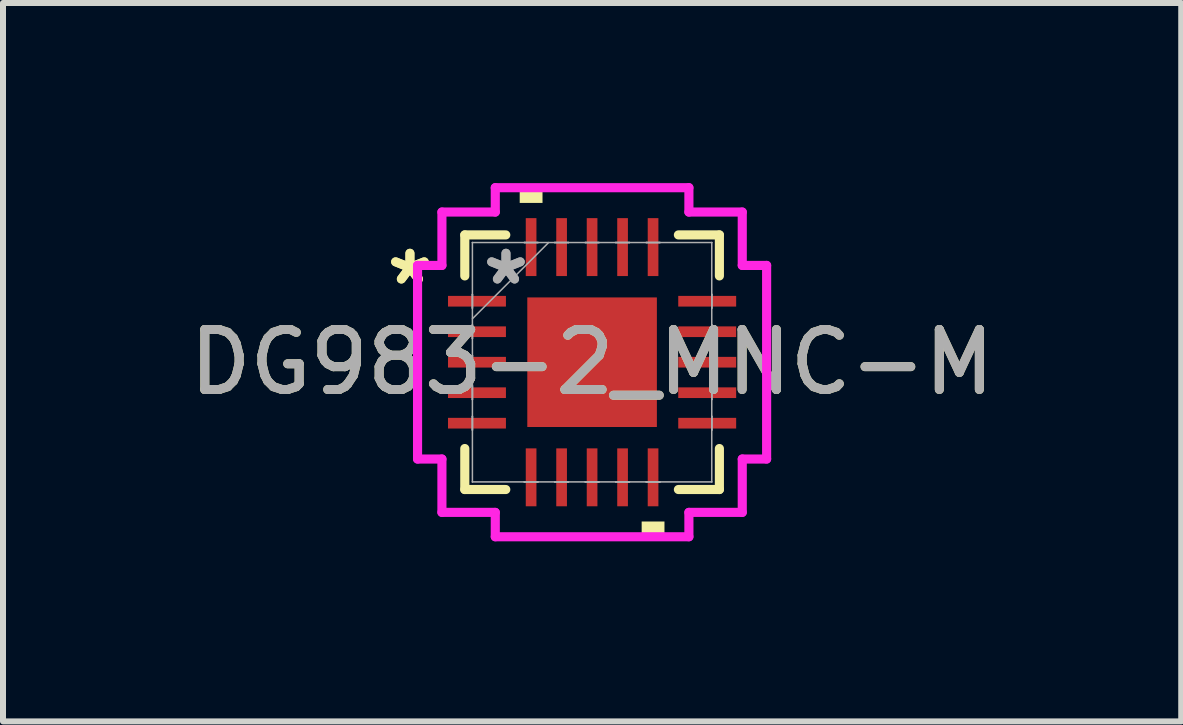
<source format=kicad_pcb>
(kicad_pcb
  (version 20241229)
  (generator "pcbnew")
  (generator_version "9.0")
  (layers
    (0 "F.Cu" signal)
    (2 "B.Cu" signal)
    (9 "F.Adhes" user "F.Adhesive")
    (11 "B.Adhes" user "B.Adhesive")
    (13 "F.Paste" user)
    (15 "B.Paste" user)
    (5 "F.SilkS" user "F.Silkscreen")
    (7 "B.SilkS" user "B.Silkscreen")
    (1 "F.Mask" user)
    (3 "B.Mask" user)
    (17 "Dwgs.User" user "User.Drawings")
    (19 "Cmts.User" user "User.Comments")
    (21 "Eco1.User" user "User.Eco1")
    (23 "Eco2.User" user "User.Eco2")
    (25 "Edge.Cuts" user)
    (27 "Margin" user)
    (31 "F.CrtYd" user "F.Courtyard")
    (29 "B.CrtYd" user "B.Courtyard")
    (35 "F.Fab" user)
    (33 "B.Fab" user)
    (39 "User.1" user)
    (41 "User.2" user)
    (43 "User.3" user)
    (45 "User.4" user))
  (footprint "DG983-2_MNC-M"
    (layer "F.Cu")
    (at 6.815 2.985)
    (property "Reference" "DG983-2_MNC-M" (at 0 0 0) (unlocked yes) (layer "F.SilkS") (effects (font (size 1 1) (thickness 0.15))))
    (attr smd)
    (fp_line (start -2.121 -2.121) (end -2.121 -1.438) (stroke (width 0.152) (type solid)) (layer "F.SilkS"))
    (fp_line (start -2.121 1.438) (end -2.121 2.121) (stroke (width 0.152) (type solid)) (layer "F.SilkS"))
    (fp_line (start -2.121 2.121) (end -1.438 2.121) (stroke (width 0.152) (type solid)) (layer "F.SilkS"))
    (fp_line (start -1.438 -2.121) (end -2.121 -2.121) (stroke (width 0.152) (type solid)) (layer "F.SilkS"))
    (fp_line (start 1.438 2.121) (end 2.121 2.121) (stroke (width 0.152) (type solid)) (layer "F.SilkS"))
    (fp_line (start 2.121 -2.121) (end 1.438 -2.121) (stroke (width 0.152) (type solid)) (layer "F.SilkS"))
    (fp_line (start 2.121 -1.438) (end 2.121 -2.121) (stroke (width 0.152) (type solid)) (layer "F.SilkS"))
    (fp_line (start 2.121 2.121) (end 2.121 1.438) (stroke (width 0.152) (type solid)) (layer "F.SilkS"))
    (fp_poly (pts (xy -1.206 -2.654) (xy -1.206 -2.908) (xy -0.826 -2.908) (xy -0.826 -2.654)) (stroke (width 0) (type solid)) (fill yes) (layer "F.SilkS"))
    (fp_poly (pts (xy 0.826 2.654) (xy 0.826 2.908) (xy 1.206 2.908) (xy 1.206 2.654)) (stroke (width 0) (type solid)) (fill yes) (layer "F.SilkS"))
    (fp_line (start -2.908 -1.613) (end -2.502 -1.613) (stroke (width 0.152) (type solid)) (layer "F.CrtYd"))
    (fp_line (start -2.908 1.613) (end -2.908 -1.613) (stroke (width 0.152) (type solid)) (layer "F.CrtYd"))
    (fp_line (start -2.502 -2.502) (end -1.613 -2.502) (stroke (width 0.152) (type solid)) (layer "F.CrtYd"))
    (fp_line (start -2.502 -1.613) (end -2.502 -2.502) (stroke (width 0.152) (type solid)) (layer "F.CrtYd"))
    (fp_line (start -2.502 1.613) (end -2.908 1.613) (stroke (width 0.152) (type solid)) (layer "F.CrtYd"))
    (fp_line (start -2.502 2.502) (end -2.502 1.613) (stroke (width 0.152) (type solid)) (layer "F.CrtYd"))
    (fp_line (start -1.613 -2.908) (end 1.613 -2.908) (stroke (width 0.152) (type solid)) (layer "F.CrtYd"))
    (fp_line (start -1.613 -2.502) (end -1.613 -2.908) (stroke (width 0.152) (type solid)) (layer "F.CrtYd"))
    (fp_line (start -1.613 2.502) (end -2.502 2.502) (stroke (width 0.152) (type solid)) (layer "F.CrtYd"))
    (fp_line (start -1.613 2.908) (end -1.613 2.502) (stroke (width 0.152) (type solid)) (layer "F.CrtYd"))
    (fp_line (start 1.613 -2.908) (end 1.613 -2.502) (stroke (width 0.152) (type solid)) (layer "F.CrtYd"))
    (fp_line (start 1.613 -2.502) (end 2.502 -2.502) (stroke (width 0.152) (type solid)) (layer "F.CrtYd"))
    (fp_line (start 1.613 2.502) (end 1.613 2.908) (stroke (width 0.152) (type solid)) (layer "F.CrtYd"))
    (fp_line (start 1.613 2.908) (end -1.613 2.908) (stroke (width 0.152) (type solid)) (layer "F.CrtYd"))
    (fp_line (start 2.502 -2.502) (end 2.502 -1.613) (stroke (width 0.152) (type solid)) (layer "F.CrtYd"))
    (fp_line (start 2.502 -1.613) (end 2.908 -1.613) (stroke (width 0.152) (type solid)) (layer "F.CrtYd"))
    (fp_line (start 2.502 1.613) (end 2.502 2.502) (stroke (width 0.152) (type solid)) (layer "F.CrtYd"))
    (fp_line (start 2.502 2.502) (end 1.613 2.502) (stroke (width 0.152) (type solid)) (layer "F.CrtYd"))
    (fp_line (start 2.908 -1.613) (end 2.908 1.613) (stroke (width 0.152) (type solid)) (layer "F.CrtYd"))
    (fp_line (start 2.908 1.613) (end 2.502 1.613) (stroke (width 0.152) (type solid)) (layer "F.CrtYd"))
    (fp_line (start -1.994 -1.994) (end -1.994 -1.994) (stroke (width 0.025) (type solid)) (layer "F.Fab"))
    (fp_line (start -1.994 -1.994) (end -1.994 1.994) (stroke (width 0.025) (type solid)) (layer "F.Fab"))
    (fp_line (start -1.994 -1.13) (end -1.994 -1.13) (stroke (width 0.025) (type solid)) (layer "F.Fab"))
    (fp_line (start -1.994 -1.13) (end -1.994 -0.902) (stroke (width 0.025) (type solid)) (layer "F.Fab"))
    (fp_line (start -1.994 -0.902) (end -1.994 -1.13) (stroke (width 0.025) (type solid)) (layer "F.Fab"))
    (fp_line (start -1.994 -0.902) (end -1.994 -0.902) (stroke (width 0.025) (type solid)) (layer "F.Fab"))
    (fp_line (start -1.994 -0.724) (end -0.724 -1.994) (stroke (width 0.025) (type solid)) (layer "F.Fab"))
    (fp_line (start -1.994 -0.622) (end -1.994 -0.622) (stroke (width 0.025) (type solid)) (layer "F.Fab"))
    (fp_line (start -1.994 -0.622) (end -1.994 -0.394) (stroke (width 0.025) (type solid)) (layer "F.Fab"))
    (fp_line (start -1.994 -0.394) (end -1.994 -0.622) (stroke (width 0.025) (type solid)) (layer "F.Fab"))
    (fp_line (start -1.994 -0.394) (end -1.994 -0.394) (stroke (width 0.025) (type solid)) (layer "F.Fab"))
    (fp_line (start -1.994 -0.114) (end -1.994 -0.114) (stroke (width 0.025) (type solid)) (layer "F.Fab"))
    (fp_line (start -1.994 -0.114) (end -1.994 0.114) (stroke (width 0.025) (type solid)) (layer "F.Fab"))
    (fp_line (start -1.994 0.114) (end -1.994 -0.114) (stroke (width 0.025) (type solid)) (layer "F.Fab"))
    (fp_line (start -1.994 0.114) (end -1.994 0.114) (stroke (width 0.025) (type solid)) (layer "F.Fab"))
    (fp_line (start -1.994 0.394) (end -1.994 0.394) (stroke (width 0.025) (type solid)) (layer "F.Fab"))
    (fp_line (start -1.994 0.394) (end -1.994 0.622) (stroke (width 0.025) (type solid)) (layer "F.Fab"))
    (fp_line (start -1.994 0.622) (end -1.994 0.394) (stroke (width 0.025) (type solid)) (layer "F.Fab"))
    (fp_line (start -1.994 0.622) (end -1.994 0.622) (stroke (width 0.025) (type solid)) (layer "F.Fab"))
    (fp_line (start -1.994 0.902) (end -1.994 0.902) (stroke (width 0.025) (type solid)) (layer "F.Fab"))
    (fp_line (start -1.994 0.902) (end -1.994 1.13) (stroke (width 0.025) (type solid)) (layer "F.Fab"))
    (fp_line (start -1.994 1.13) (end -1.994 0.902) (stroke (width 0.025) (type solid)) (layer "F.Fab"))
    (fp_line (start -1.994 1.13) (end -1.994 1.13) (stroke (width 0.025) (type solid)) (layer "F.Fab"))
    (fp_line (start -1.994 1.994) (end -1.994 1.994) (stroke (width 0.025) (type solid)) (layer "F.Fab"))
    (fp_line (start -1.994 1.994) (end 1.994 1.994) (stroke (width 0.025) (type solid)) (layer "F.Fab"))
    (fp_line (start -1.13 -1.994) (end -1.13 -1.994) (stroke (width 0.025) (type solid)) (layer "F.Fab"))
    (fp_line (start -1.13 -1.994) (end -0.902 -1.994) (stroke (width 0.025) (type solid)) (layer "F.Fab"))
    (fp_line (start -1.13 1.994) (end -1.13 1.994) (stroke (width 0.025) (type solid)) (layer "F.Fab"))
    (fp_line (start -1.13 1.994) (end -0.902 1.994) (stroke (width 0.025) (type solid)) (layer "F.Fab"))
    (fp_line (start -0.902 -1.994) (end -1.13 -1.994) (stroke (width 0.025) (type solid)) (layer "F.Fab"))
    (fp_line (start -0.902 -1.994) (end -0.902 -1.994) (stroke (width 0.025) (type solid)) (layer "F.Fab"))
    (fp_line (start -0.902 1.994) (end -1.13 1.994) (stroke (width 0.025) (type solid)) (layer "F.Fab"))
    (fp_line (start -0.902 1.994) (end -0.902 1.994) (stroke (width 0.025) (type solid)) (layer "F.Fab"))
    (fp_line (start -0.622 -1.994) (end -0.622 -1.994) (stroke (width 0.025) (type solid)) (layer "F.Fab"))
    (fp_line (start -0.622 -1.994) (end -0.394 -1.994) (stroke (width 0.025) (type solid)) (layer "F.Fab"))
    (fp_line (start -0.622 1.994) (end -0.622 1.994) (stroke (width 0.025) (type solid)) (layer "F.Fab"))
    (fp_line (start -0.622 1.994) (end -0.394 1.994) (stroke (width 0.025) (type solid)) (layer "F.Fab"))
    (fp_line (start -0.394 -1.994) (end -0.622 -1.994) (stroke (width 0.025) (type solid)) (layer "F.Fab"))
    (fp_line (start -0.394 -1.994) (end -0.394 -1.994) (stroke (width 0.025) (type solid)) (layer "F.Fab"))
    (fp_line (start -0.394 1.994) (end -0.622 1.994) (stroke (width 0.025) (type solid)) (layer "F.Fab"))
    (fp_line (start -0.394 1.994) (end -0.394 1.994) (stroke (width 0.025) (type solid)) (layer "F.Fab"))
    (fp_line (start -0.114 -1.994) (end -0.114 -1.994) (stroke (width 0.025) (type solid)) (layer "F.Fab"))
    (fp_line (start -0.114 -1.994) (end 0.114 -1.994) (stroke (width 0.025) (type solid)) (layer "F.Fab"))
    (fp_line (start -0.114 1.994) (end -0.114 1.994) (stroke (width 0.025) (type solid)) (layer "F.Fab"))
    (fp_line (start -0.114 1.994) (end 0.114 1.994) (stroke (width 0.025) (type solid)) (layer "F.Fab"))
    (fp_line (start 0.114 -1.994) (end -0.114 -1.994) (stroke (width 0.025) (type solid)) (layer "F.Fab"))
    (fp_line (start 0.114 -1.994) (end 0.114 -1.994) (stroke (width 0.025) (type solid)) (layer "F.Fab"))
    (fp_line (start 0.114 1.994) (end -0.114 1.994) (stroke (width 0.025) (type solid)) (layer "F.Fab"))
    (fp_line (start 0.114 1.994) (end 0.114 1.994) (stroke (width 0.025) (type solid)) (layer "F.Fab"))
    (fp_line (start 0.394 -1.994) (end 0.394 -1.994) (stroke (width 0.025) (type solid)) (layer "F.Fab"))
    (fp_line (start 0.394 -1.994) (end 0.622 -1.994) (stroke (width 0.025) (type solid)) (layer "F.Fab"))
    (fp_line (start 0.394 1.994) (end 0.394 1.994) (stroke (width 0.025) (type solid)) (layer "F.Fab"))
    (fp_line (start 0.394 1.994) (end 0.622 1.994) (stroke (width 0.025) (type solid)) (layer "F.Fab"))
    (fp_line (start 0.622 -1.994) (end 0.394 -1.994) (stroke (width 0.025) (type solid)) (layer "F.Fab"))
    (fp_line (start 0.622 -1.994) (end 0.622 -1.994) (stroke (width 0.025) (type solid)) (layer "F.Fab"))
    (fp_line (start 0.622 1.994) (end 0.394 1.994) (stroke (width 0.025) (type solid)) (layer "F.Fab"))
    (fp_line (start 0.622 1.994) (end 0.622 1.994) (stroke (width 0.025) (type solid)) (layer "F.Fab"))
    (fp_line (start 0.902 -1.994) (end 0.902 -1.994) (stroke (width 0.025) (type solid)) (layer "F.Fab"))
    (fp_line (start 0.902 -1.994) (end 1.13 -1.994) (stroke (width 0.025) (type solid)) (layer "F.Fab"))
    (fp_line (start 0.902 1.994) (end 0.902 1.994) (stroke (width 0.025) (type solid)) (layer "F.Fab"))
    (fp_line (start 0.902 1.994) (end 1.13 1.994) (stroke (width 0.025) (type solid)) (layer "F.Fab"))
    (fp_line (start 1.13 -1.994) (end 0.902 -1.994) (stroke (width 0.025) (type solid)) (layer "F.Fab"))
    (fp_line (start 1.13 -1.994) (end 1.13 -1.994) (stroke (width 0.025) (type solid)) (layer "F.Fab"))
    (fp_line (start 1.13 1.994) (end 0.902 1.994) (stroke (width 0.025) (type solid)) (layer "F.Fab"))
    (fp_line (start 1.13 1.994) (end 1.13 1.994) (stroke (width 0.025) (type solid)) (layer "F.Fab"))
    (fp_line (start 1.994 -1.994) (end -1.994 -1.994) (stroke (width 0.025) (type solid)) (layer "F.Fab"))
    (fp_line (start 1.994 -1.994) (end 1.994 -1.994) (stroke (width 0.025) (type solid)) (layer "F.Fab"))
    (fp_line (start 1.994 -1.13) (end 1.994 -1.13) (stroke (width 0.025) (type solid)) (layer "F.Fab"))
    (fp_line (start 1.994 -1.13) (end 1.994 -0.902) (stroke (width 0.025) (type solid)) (layer "F.Fab"))
    (fp_line (start 1.994 -0.902) (end 1.994 -1.13) (stroke (width 0.025) (type solid)) (layer "F.Fab"))
    (fp_line (start 1.994 -0.902) (end 1.994 -0.902) (stroke (width 0.025) (type solid)) (layer "F.Fab"))
    (fp_line (start 1.994 -0.622) (end 1.994 -0.622) (stroke (width 0.025) (type solid)) (layer "F.Fab"))
    (fp_line (start 1.994 -0.622) (end 1.994 -0.394) (stroke (width 0.025) (type solid)) (layer "F.Fab"))
    (fp_line (start 1.994 -0.394) (end 1.994 -0.622) (stroke (width 0.025) (type solid)) (layer "F.Fab"))
    (fp_line (start 1.994 -0.394) (end 1.994 -0.394) (stroke (width 0.025) (type solid)) (layer "F.Fab"))
    (fp_line (start 1.994 -0.114) (end 1.994 -0.114) (stroke (width 0.025) (type solid)) (layer "F.Fab"))
    (fp_line (start 1.994 -0.114) (end 1.994 0.114) (stroke (width 0.025) (type solid)) (layer "F.Fab"))
    (fp_line (start 1.994 0.114) (end 1.994 -0.114) (stroke (width 0.025) (type solid)) (layer "F.Fab"))
    (fp_line (start 1.994 0.114) (end 1.994 0.114) (stroke (width 0.025) (type solid)) (layer "F.Fab"))
    (fp_line (start 1.994 0.394) (end 1.994 0.394) (stroke (width 0.025) (type solid)) (layer "F.Fab"))
    (fp_line (start 1.994 0.394) (end 1.994 0.622) (stroke (width 0.025) (type solid)) (layer "F.Fab"))
    (fp_line (start 1.994 0.622) (end 1.994 0.394) (stroke (width 0.025) (type solid)) (layer "F.Fab"))
    (fp_line (start 1.994 0.622) (end 1.994 0.622) (stroke (width 0.025) (type solid)) (layer "F.Fab"))
    (fp_line (start 1.994 0.902) (end 1.994 0.902) (stroke (width 0.025) (type solid)) (layer "F.Fab"))
    (fp_line (start 1.994 0.902) (end 1.994 1.13) (stroke (width 0.025) (type solid)) (layer "F.Fab"))
    (fp_line (start 1.994 1.13) (end 1.994 0.902) (stroke (width 0.025) (type solid)) (layer "F.Fab"))
    (fp_line (start 1.994 1.13) (end 1.994 1.13) (stroke (width 0.025) (type solid)) (layer "F.Fab"))
    (fp_line (start 1.994 1.994) (end 1.994 -1.994) (stroke (width 0.025) (type solid)) (layer "F.Fab"))
    (fp_line (start 1.994 1.994) (end 1.994 1.994) (stroke (width 0.025) (type solid)) (layer "F.Fab"))
    (fp_text user "*" (at -3.035 -1.27 0) (layer "F.SilkS") (effects (font (size 1 1) (thickness 0.15))))
    (fp_text user "*" (at -3.035 -1.27 0) (unlocked yes) (layer "F.SilkS") (effects (font (size 1 1) (thickness 0.15))))
    (fp_text user "*" (at -1.435 -1.27 0) (layer "F.Fab") (effects (font (size 1 1) (thickness 0.15))))
    (fp_text user "*" (at -1.435 -1.27 0) (unlocked yes) (layer "F.Fab") (effects (font (size 1 1) (thickness 0.15))))
    (fp_text user "${REFERENCE}" (at 0 0 0) (unlocked yes) (layer "F.Fab") (effects (font (size 1 1) (thickness 0.15))))
    (pad "1" smd rect (at -1.918 -1.016 90) (size 0.178 0.965) (layers "F.Cu" "F.Mask" "F.Paste"))
    (pad "2" smd rect (at -1.918 -0.508 90) (size 0.178 0.965) (layers "F.Cu" "F.Mask" "F.Paste"))
    (pad "3" smd rect (at -1.918 0 90) (size 0.178 0.965) (layers "F.Cu" "F.Mask" "F.Paste"))
    (pad "4" smd rect (at -1.918 0.508 90) (size 0.178 0.965) (layers "F.Cu" "F.Mask" "F.Paste"))
    (pad "5" smd rect (at -1.918 1.016 90) (size 0.178 0.965) (layers "F.Cu" "F.Mask" "F.Paste"))
    (pad "6" smd rect (at -1.016 1.918) (size 0.178 0.965) (layers "F.Cu" "F.Mask" "F.Paste"))
    (pad "7" smd rect (at -0.508 1.918) (size 0.178 0.965) (layers "F.Cu" "F.Mask" "F.Paste"))
    (pad "8" smd rect (at 0 1.918) (size 0.178 0.965) (layers "F.Cu" "F.Mask" "F.Paste"))
    (pad "9" smd rect (at 0.508 1.918) (size 0.178 0.965) (layers "F.Cu" "F.Mask" "F.Paste"))
    (pad "10" smd rect (at 1.016 1.918) (size 0.178 0.965) (layers "F.Cu" "F.Mask" "F.Paste"))
    (pad "11" smd rect (at 1.918 1.016 90) (size 0.178 0.965) (layers "F.Cu" "F.Mask" "F.Paste"))
    (pad "12" smd rect (at 1.918 0.508 90) (size 0.178 0.965) (layers "F.Cu" "F.Mask" "F.Paste"))
    (pad "13" smd rect (at 1.918 0 90) (size 0.178 0.965) (layers "F.Cu" "F.Mask" "F.Paste"))
    (pad "14" smd rect (at 1.918 -0.508 90) (size 0.178 0.965) (layers "F.Cu" "F.Mask" "F.Paste"))
    (pad "15" smd rect (at 1.918 -1.016 90) (size 0.178 0.965) (layers "F.Cu" "F.Mask" "F.Paste"))
    (pad "16" smd rect (at 1.016 -1.918) (size 0.178 0.965) (layers "F.Cu" "F.Mask" "F.Paste"))
    (pad "17" smd rect (at 0.508 -1.918) (size 0.178 0.965) (layers "F.Cu" "F.Mask" "F.Paste"))
    (pad "18" smd rect (at 0 -1.918) (size 0.178 0.965) (layers "F.Cu" "F.Mask" "F.Paste"))
    (pad "19" smd rect (at -0.508 -1.918) (size 0.178 0.965) (layers "F.Cu" "F.Mask" "F.Paste"))
    (pad "20" smd rect (at -1.016 -1.918) (size 0.178 0.965) (layers "F.Cu" "F.Mask" "F.Paste"))
    (pad "21" smd rect (at 0 0) (size 2.159 2.159) (layers "F.Cu" "F.Mask" "F.Paste")))
  (gr_rect
    (start -3 -3)
    (end 16.631 8.969)
    (stroke (width 0.1) (type default))
    (fill no)
    (layer "Edge.Cuts")))
</source>
